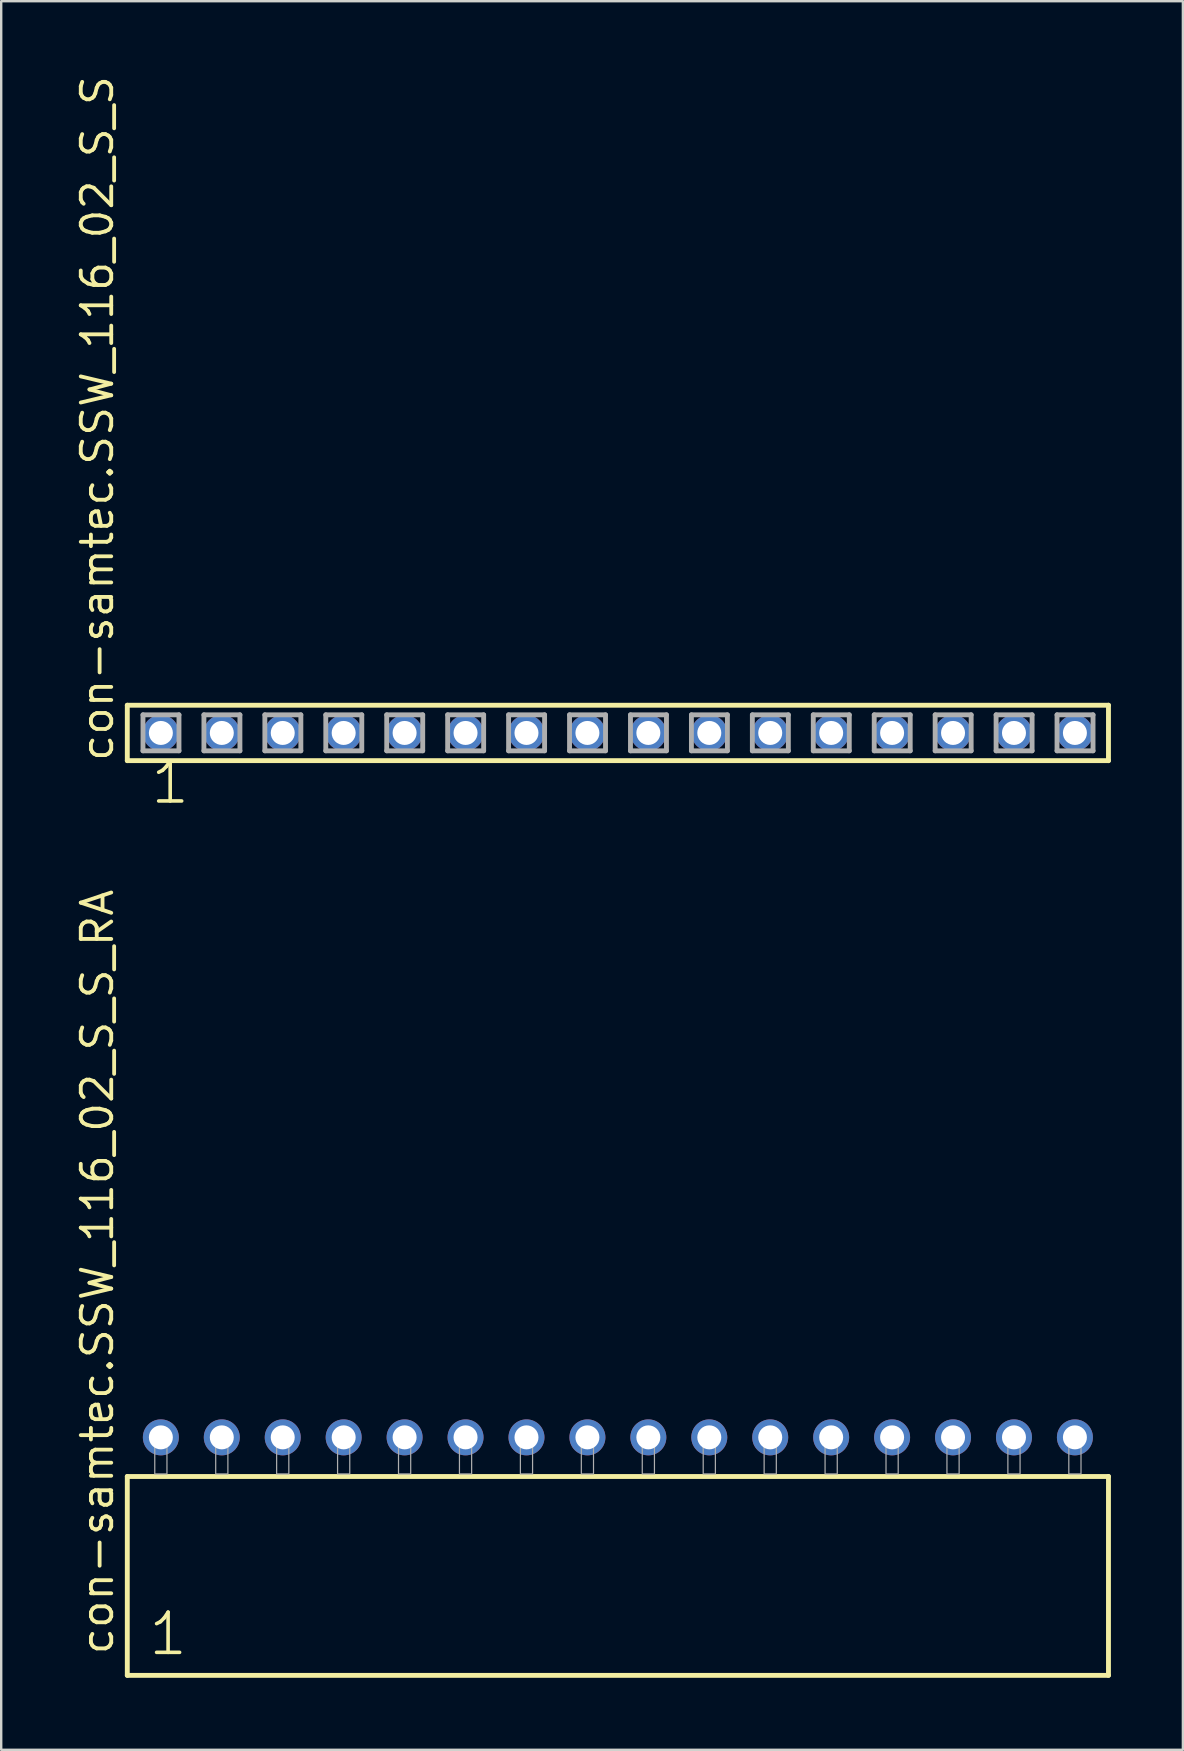
<source format=kicad_pcb>
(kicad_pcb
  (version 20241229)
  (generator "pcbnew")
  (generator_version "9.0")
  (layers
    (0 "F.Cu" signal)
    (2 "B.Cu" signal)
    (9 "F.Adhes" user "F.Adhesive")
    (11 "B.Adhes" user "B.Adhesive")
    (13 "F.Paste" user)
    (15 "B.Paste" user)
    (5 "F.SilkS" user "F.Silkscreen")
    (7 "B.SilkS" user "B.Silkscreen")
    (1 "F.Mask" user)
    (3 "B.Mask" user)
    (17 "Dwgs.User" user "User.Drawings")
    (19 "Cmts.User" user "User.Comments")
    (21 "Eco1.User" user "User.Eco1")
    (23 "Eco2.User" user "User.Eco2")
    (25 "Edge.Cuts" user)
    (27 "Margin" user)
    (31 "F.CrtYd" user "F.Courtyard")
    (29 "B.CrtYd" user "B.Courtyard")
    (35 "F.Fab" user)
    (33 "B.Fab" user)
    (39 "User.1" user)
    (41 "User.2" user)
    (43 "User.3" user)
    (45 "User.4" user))
  (footprint "con-samtec.SSW_116_02_S_S_RA"
    (layer "F.Cu")
    (at 22.705 58.387)
    (property "Reference" "con-samtec.SSW_116_02_S_S_RA" (at -20.955 7.62 90) (layer "F.SilkS") (effects (font (size 1.27 1.27) (thickness 0.16)) (justify left bottom)))
    (attr through_hole)
    (fp_line (start -20.449 0.106) (end -20.449 8.396) (stroke (width 0.203) (type default)) (layer "F.SilkS"))
    (fp_line (start -20.449 8.396) (end 20.449 8.396) (stroke (width 0.203) (type default)) (layer "F.SilkS"))
    (fp_line (start 20.449 0.106) (end -20.449 0.106) (stroke (width 0.203) (type default)) (layer "F.SilkS"))
    (fp_line (start 20.449 8.396) (end 20.449 0.106) (stroke (width 0.203) (type default)) (layer "F.SilkS"))
    (fp_rect (start -19.304 0) (end -18.796 -1.778) (stroke (width 0.05) (type default)) (fill no) (layer "F.Fab"))
    (fp_rect (start -16.764 0) (end -16.256 -1.778) (stroke (width 0.05) (type default)) (fill no) (layer "F.Fab"))
    (fp_rect (start -14.224 0) (end -13.716 -1.778) (stroke (width 0.05) (type default)) (fill no) (layer "F.Fab"))
    (fp_rect (start -11.684 0) (end -11.176 -1.778) (stroke (width 0.05) (type default)) (fill no) (layer "F.Fab"))
    (fp_rect (start -9.144 0) (end -8.636 -1.778) (stroke (width 0.05) (type default)) (fill no) (layer "F.Fab"))
    (fp_rect (start -6.604 0) (end -6.096 -1.778) (stroke (width 0.05) (type default)) (fill no) (layer "F.Fab"))
    (fp_rect (start -4.064 0) (end -3.556 -1.778) (stroke (width 0.05) (type default)) (fill no) (layer "F.Fab"))
    (fp_rect (start -1.524 0) (end -1.016 -1.778) (stroke (width 0.05) (type default)) (fill no) (layer "F.Fab"))
    (fp_rect (start 1.016 0) (end 1.524 -1.778) (stroke (width 0.05) (type default)) (fill no) (layer "F.Fab"))
    (fp_rect (start 3.556 0) (end 4.064 -1.778) (stroke (width 0.05) (type default)) (fill no) (layer "F.Fab"))
    (fp_rect (start 6.096 0) (end 6.604 -1.778) (stroke (width 0.05) (type default)) (fill no) (layer "F.Fab"))
    (fp_rect (start 8.636 0) (end 9.144 -1.778) (stroke (width 0.05) (type default)) (fill no) (layer "F.Fab"))
    (fp_rect (start 11.176 0) (end 11.684 -1.778) (stroke (width 0.05) (type default)) (fill no) (layer "F.Fab"))
    (fp_rect (start 13.716 0) (end 14.224 -1.778) (stroke (width 0.05) (type default)) (fill no) (layer "F.Fab"))
    (fp_rect (start 16.256 0) (end 16.764 -1.778) (stroke (width 0.05) (type default)) (fill no) (layer "F.Fab"))
    (fp_rect (start 18.796 0) (end 19.304 -1.778) (stroke (width 0.05) (type default)) (fill no) (layer "F.Fab"))
    (fp_text user "1" (at -19.645 7.65 0) (layer "F.SilkS") (effects (font (size 1.676 1.676) (thickness 0.15)) (justify left bottom)))
    (pad "1" thru_hole circle (at -19.05 -1.524) (size 1.5 1.5) (drill 1) (layers "*.Cu" "*.Mask"))
    (pad "2" thru_hole circle (at -16.51 -1.524) (size 1.5 1.5) (drill 1) (layers "*.Cu" "*.Mask"))
    (pad "3" thru_hole circle (at -13.97 -1.524) (size 1.5 1.5) (drill 1) (layers "*.Cu" "*.Mask"))
    (pad "4" thru_hole circle (at -11.43 -1.524) (size 1.5 1.5) (drill 1) (layers "*.Cu" "*.Mask"))
    (pad "5" thru_hole circle (at -8.89 -1.524) (size 1.5 1.5) (drill 1) (layers "*.Cu" "*.Mask"))
    (pad "6" thru_hole circle (at -6.35 -1.524) (size 1.5 1.5) (drill 1) (layers "*.Cu" "*.Mask"))
    (pad "7" thru_hole circle (at -3.81 -1.524) (size 1.5 1.5) (drill 1) (layers "*.Cu" "*.Mask"))
    (pad "8" thru_hole circle (at -1.27 -1.524) (size 1.5 1.5) (drill 1) (layers "*.Cu" "*.Mask"))
    (pad "9" thru_hole circle (at 1.27 -1.524) (size 1.5 1.5) (drill 1) (layers "*.Cu" "*.Mask"))
    (pad "10" thru_hole circle (at 3.81 -1.524) (size 1.5 1.5) (drill 1) (layers "*.Cu" "*.Mask"))
    (pad "11" thru_hole circle (at 6.35 -1.524) (size 1.5 1.5) (drill 1) (layers "*.Cu" "*.Mask"))
    (pad "12" thru_hole circle (at 8.89 -1.524) (size 1.5 1.5) (drill 1) (layers "*.Cu" "*.Mask"))
    (pad "13" thru_hole circle (at 11.43 -1.524) (size 1.5 1.5) (drill 1) (layers "*.Cu" "*.Mask"))
    (pad "14" thru_hole circle (at 13.97 -1.524) (size 1.5 1.5) (drill 1) (layers "*.Cu" "*.Mask"))
    (pad "15" thru_hole circle (at 16.51 -1.524) (size 1.5 1.5) (drill 1) (layers "*.Cu" "*.Mask"))
    (pad "16" thru_hole circle (at 19.05 -1.524) (size 1.5 1.5) (drill 1) (layers "*.Cu" "*.Mask")))
  (footprint "con-samtec.SSW_116_02_S_S"
    (layer "F.Cu")
    (at 22.705 27.501)
    (property "Reference" "con-samtec.SSW_116_02_S_S" (at -20.955 1.27 90) (layer "F.SilkS") (effects (font (size 1.27 1.27) (thickness 0.16)) (justify left bottom)))
    (attr through_hole)
    (fp_line (start -20.449 -1.155) (end 20.449 -1.155) (stroke (width 0.203) (type default)) (layer "F.SilkS"))
    (fp_line (start -20.449 1.155) (end -20.449 -1.155) (stroke (width 0.203) (type default)) (layer "F.SilkS"))
    (fp_line (start 20.449 -1.155) (end 20.449 1.155) (stroke (width 0.203) (type default)) (layer "F.SilkS"))
    (fp_line (start 20.449 1.155) (end -20.449 1.155) (stroke (width 0.203) (type default)) (layer "F.SilkS"))
    (fp_line (start -19.795 -0.755) (end -18.295 -0.755) (stroke (width 0.203) (type default)) (layer "F.Fab"))
    (fp_line (start -19.795 0.745) (end -19.795 -0.755) (stroke (width 0.203) (type default)) (layer "F.Fab"))
    (fp_line (start -18.295 -0.755) (end -18.295 0.745) (stroke (width 0.203) (type default)) (layer "F.Fab"))
    (fp_line (start -18.295 0.745) (end -19.795 0.745) (stroke (width 0.203) (type default)) (layer "F.Fab"))
    (fp_line (start -17.255 -0.755) (end -15.755 -0.755) (stroke (width 0.203) (type default)) (layer "F.Fab"))
    (fp_line (start -17.255 0.745) (end -17.255 -0.755) (stroke (width 0.203) (type default)) (layer "F.Fab"))
    (fp_line (start -15.755 -0.755) (end -15.755 0.745) (stroke (width 0.203) (type default)) (layer "F.Fab"))
    (fp_line (start -15.755 0.745) (end -17.255 0.745) (stroke (width 0.203) (type default)) (layer "F.Fab"))
    (fp_line (start -14.715 -0.755) (end -13.215 -0.755) (stroke (width 0.203) (type default)) (layer "F.Fab"))
    (fp_line (start -14.715 0.745) (end -14.715 -0.755) (stroke (width 0.203) (type default)) (layer "F.Fab"))
    (fp_line (start -13.215 -0.755) (end -13.215 0.745) (stroke (width 0.203) (type default)) (layer "F.Fab"))
    (fp_line (start -13.215 0.745) (end -14.715 0.745) (stroke (width 0.203) (type default)) (layer "F.Fab"))
    (fp_line (start -12.175 -0.755) (end -10.675 -0.755) (stroke (width 0.203) (type default)) (layer "F.Fab"))
    (fp_line (start -12.175 0.745) (end -12.175 -0.755) (stroke (width 0.203) (type default)) (layer "F.Fab"))
    (fp_line (start -10.675 -0.755) (end -10.675 0.745) (stroke (width 0.203) (type default)) (layer "F.Fab"))
    (fp_line (start -10.675 0.745) (end -12.175 0.745) (stroke (width 0.203) (type default)) (layer "F.Fab"))
    (fp_line (start -9.635 -0.755) (end -8.135 -0.755) (stroke (width 0.203) (type default)) (layer "F.Fab"))
    (fp_line (start -9.635 0.745) (end -9.635 -0.755) (stroke (width 0.203) (type default)) (layer "F.Fab"))
    (fp_line (start -8.135 -0.755) (end -8.135 0.745) (stroke (width 0.203) (type default)) (layer "F.Fab"))
    (fp_line (start -8.135 0.745) (end -9.635 0.745) (stroke (width 0.203) (type default)) (layer "F.Fab"))
    (fp_line (start -7.095 -0.755) (end -5.595 -0.755) (stroke (width 0.203) (type default)) (layer "F.Fab"))
    (fp_line (start -7.095 0.745) (end -7.095 -0.755) (stroke (width 0.203) (type default)) (layer "F.Fab"))
    (fp_line (start -5.595 -0.755) (end -5.595 0.745) (stroke (width 0.203) (type default)) (layer "F.Fab"))
    (fp_line (start -5.595 0.745) (end -7.095 0.745) (stroke (width 0.203) (type default)) (layer "F.Fab"))
    (fp_line (start -4.555 -0.755) (end -3.055 -0.755) (stroke (width 0.203) (type default)) (layer "F.Fab"))
    (fp_line (start -4.555 0.745) (end -4.555 -0.755) (stroke (width 0.203) (type default)) (layer "F.Fab"))
    (fp_line (start -3.055 -0.755) (end -3.055 0.745) (stroke (width 0.203) (type default)) (layer "F.Fab"))
    (fp_line (start -3.055 0.745) (end -4.555 0.745) (stroke (width 0.203) (type default)) (layer "F.Fab"))
    (fp_line (start -2.015 -0.755) (end -0.515 -0.755) (stroke (width 0.203) (type default)) (layer "F.Fab"))
    (fp_line (start -2.015 0.745) (end -2.015 -0.755) (stroke (width 0.203) (type default)) (layer "F.Fab"))
    (fp_line (start -0.515 -0.755) (end -0.515 0.745) (stroke (width 0.203) (type default)) (layer "F.Fab"))
    (fp_line (start -0.515 0.745) (end -2.015 0.745) (stroke (width 0.203) (type default)) (layer "F.Fab"))
    (fp_line (start 0.525 -0.755) (end 2.025 -0.755) (stroke (width 0.203) (type default)) (layer "F.Fab"))
    (fp_line (start 0.525 0.745) (end 0.525 -0.755) (stroke (width 0.203) (type default)) (layer "F.Fab"))
    (fp_line (start 2.025 -0.755) (end 2.025 0.745) (stroke (width 0.203) (type default)) (layer "F.Fab"))
    (fp_line (start 2.025 0.745) (end 0.525 0.745) (stroke (width 0.203) (type default)) (layer "F.Fab"))
    (fp_line (start 3.065 -0.755) (end 4.565 -0.755) (stroke (width 0.203) (type default)) (layer "F.Fab"))
    (fp_line (start 3.065 0.745) (end 3.065 -0.755) (stroke (width 0.203) (type default)) (layer "F.Fab"))
    (fp_line (start 4.565 -0.755) (end 4.565 0.745) (stroke (width 0.203) (type default)) (layer "F.Fab"))
    (fp_line (start 4.565 0.745) (end 3.065 0.745) (stroke (width 0.203) (type default)) (layer "F.Fab"))
    (fp_line (start 5.605 -0.755) (end 7.105 -0.755) (stroke (width 0.203) (type default)) (layer "F.Fab"))
    (fp_line (start 5.605 0.745) (end 5.605 -0.755) (stroke (width 0.203) (type default)) (layer "F.Fab"))
    (fp_line (start 7.105 -0.755) (end 7.105 0.745) (stroke (width 0.203) (type default)) (layer "F.Fab"))
    (fp_line (start 7.105 0.745) (end 5.605 0.745) (stroke (width 0.203) (type default)) (layer "F.Fab"))
    (fp_line (start 8.145 -0.755) (end 9.645 -0.755) (stroke (width 0.203) (type default)) (layer "F.Fab"))
    (fp_line (start 8.145 0.745) (end 8.145 -0.755) (stroke (width 0.203) (type default)) (layer "F.Fab"))
    (fp_line (start 9.645 -0.755) (end 9.645 0.745) (stroke (width 0.203) (type default)) (layer "F.Fab"))
    (fp_line (start 9.645 0.745) (end 8.145 0.745) (stroke (width 0.203) (type default)) (layer "F.Fab"))
    (fp_line (start 10.685 -0.755) (end 12.185 -0.755) (stroke (width 0.203) (type default)) (layer "F.Fab"))
    (fp_line (start 10.685 0.745) (end 10.685 -0.755) (stroke (width 0.203) (type default)) (layer "F.Fab"))
    (fp_line (start 12.185 -0.755) (end 12.185 0.745) (stroke (width 0.203) (type default)) (layer "F.Fab"))
    (fp_line (start 12.185 0.745) (end 10.685 0.745) (stroke (width 0.203) (type default)) (layer "F.Fab"))
    (fp_line (start 13.225 -0.755) (end 14.725 -0.755) (stroke (width 0.203) (type default)) (layer "F.Fab"))
    (fp_line (start 13.225 0.745) (end 13.225 -0.755) (stroke (width 0.203) (type default)) (layer "F.Fab"))
    (fp_line (start 14.725 -0.755) (end 14.725 0.745) (stroke (width 0.203) (type default)) (layer "F.Fab"))
    (fp_line (start 14.725 0.745) (end 13.225 0.745) (stroke (width 0.203) (type default)) (layer "F.Fab"))
    (fp_line (start 15.765 -0.755) (end 17.265 -0.755) (stroke (width 0.203) (type default)) (layer "F.Fab"))
    (fp_line (start 15.765 0.745) (end 15.765 -0.755) (stroke (width 0.203) (type default)) (layer "F.Fab"))
    (fp_line (start 17.265 -0.755) (end 17.265 0.745) (stroke (width 0.203) (type default)) (layer "F.Fab"))
    (fp_line (start 17.265 0.745) (end 15.765 0.745) (stroke (width 0.203) (type default)) (layer "F.Fab"))
    (fp_line (start 18.305 -0.755) (end 19.805 -0.755) (stroke (width 0.203) (type default)) (layer "F.Fab"))
    (fp_line (start 18.305 0.745) (end 18.305 -0.755) (stroke (width 0.203) (type default)) (layer "F.Fab"))
    (fp_line (start 19.805 -0.755) (end 19.805 0.745) (stroke (width 0.203) (type default)) (layer "F.Fab"))
    (fp_line (start 19.805 0.745) (end 18.305 0.745) (stroke (width 0.203) (type default)) (layer "F.Fab"))
    (fp_text user "1" (at -19.558 3.048 0) (layer "F.SilkS") (effects (font (size 1.676 1.676) (thickness 0.15)) (justify left bottom)))
    (pad "1" thru_hole circle (at -19.05 0) (size 1.5 1.5) (drill 1) (layers "*.Cu" "*.Mask"))
    (pad "2" thru_hole circle (at -16.51 0) (size 1.5 1.5) (drill 1) (layers "*.Cu" "*.Mask"))
    (pad "3" thru_hole circle (at -13.97 0) (size 1.5 1.5) (drill 1) (layers "*.Cu" "*.Mask"))
    (pad "4" thru_hole circle (at -11.43 0) (size 1.5 1.5) (drill 1) (layers "*.Cu" "*.Mask"))
    (pad "5" thru_hole circle (at -8.89 0) (size 1.5 1.5) (drill 1) (layers "*.Cu" "*.Mask"))
    (pad "6" thru_hole circle (at -6.35 0) (size 1.5 1.5) (drill 1) (layers "*.Cu" "*.Mask"))
    (pad "7" thru_hole circle (at -3.81 0) (size 1.5 1.5) (drill 1) (layers "*.Cu" "*.Mask"))
    (pad "8" thru_hole circle (at -1.27 0) (size 1.5 1.5) (drill 1) (layers "*.Cu" "*.Mask"))
    (pad "9" thru_hole circle (at 1.27 0) (size 1.5 1.5) (drill 1) (layers "*.Cu" "*.Mask"))
    (pad "10" thru_hole circle (at 3.81 0) (size 1.5 1.5) (drill 1) (layers "*.Cu" "*.Mask"))
    (pad "11" thru_hole circle (at 6.35 0) (size 1.5 1.5) (drill 1) (layers "*.Cu" "*.Mask"))
    (pad "12" thru_hole circle (at 8.89 0) (size 1.5 1.5) (drill 1) (layers "*.Cu" "*.Mask"))
    (pad "13" thru_hole circle (at 11.43 0) (size 1.5 1.5) (drill 1) (layers "*.Cu" "*.Mask"))
    (pad "14" thru_hole circle (at 13.97 0) (size 1.5 1.5) (drill 1) (layers "*.Cu" "*.Mask"))
    (pad "15" thru_hole circle (at 16.51 0) (size 1.5 1.5) (drill 1) (layers "*.Cu" "*.Mask"))
    (pad "16" thru_hole circle (at 19.05 0) (size 1.5 1.5) (drill 1) (layers "*.Cu" "*.Mask")))
  (gr_rect
    (start -3 -3)
    (end 46.256 69.885)
    (stroke (width 0.1) (type default))
    (fill no)
    (layer "Edge.Cuts")))
</source>
